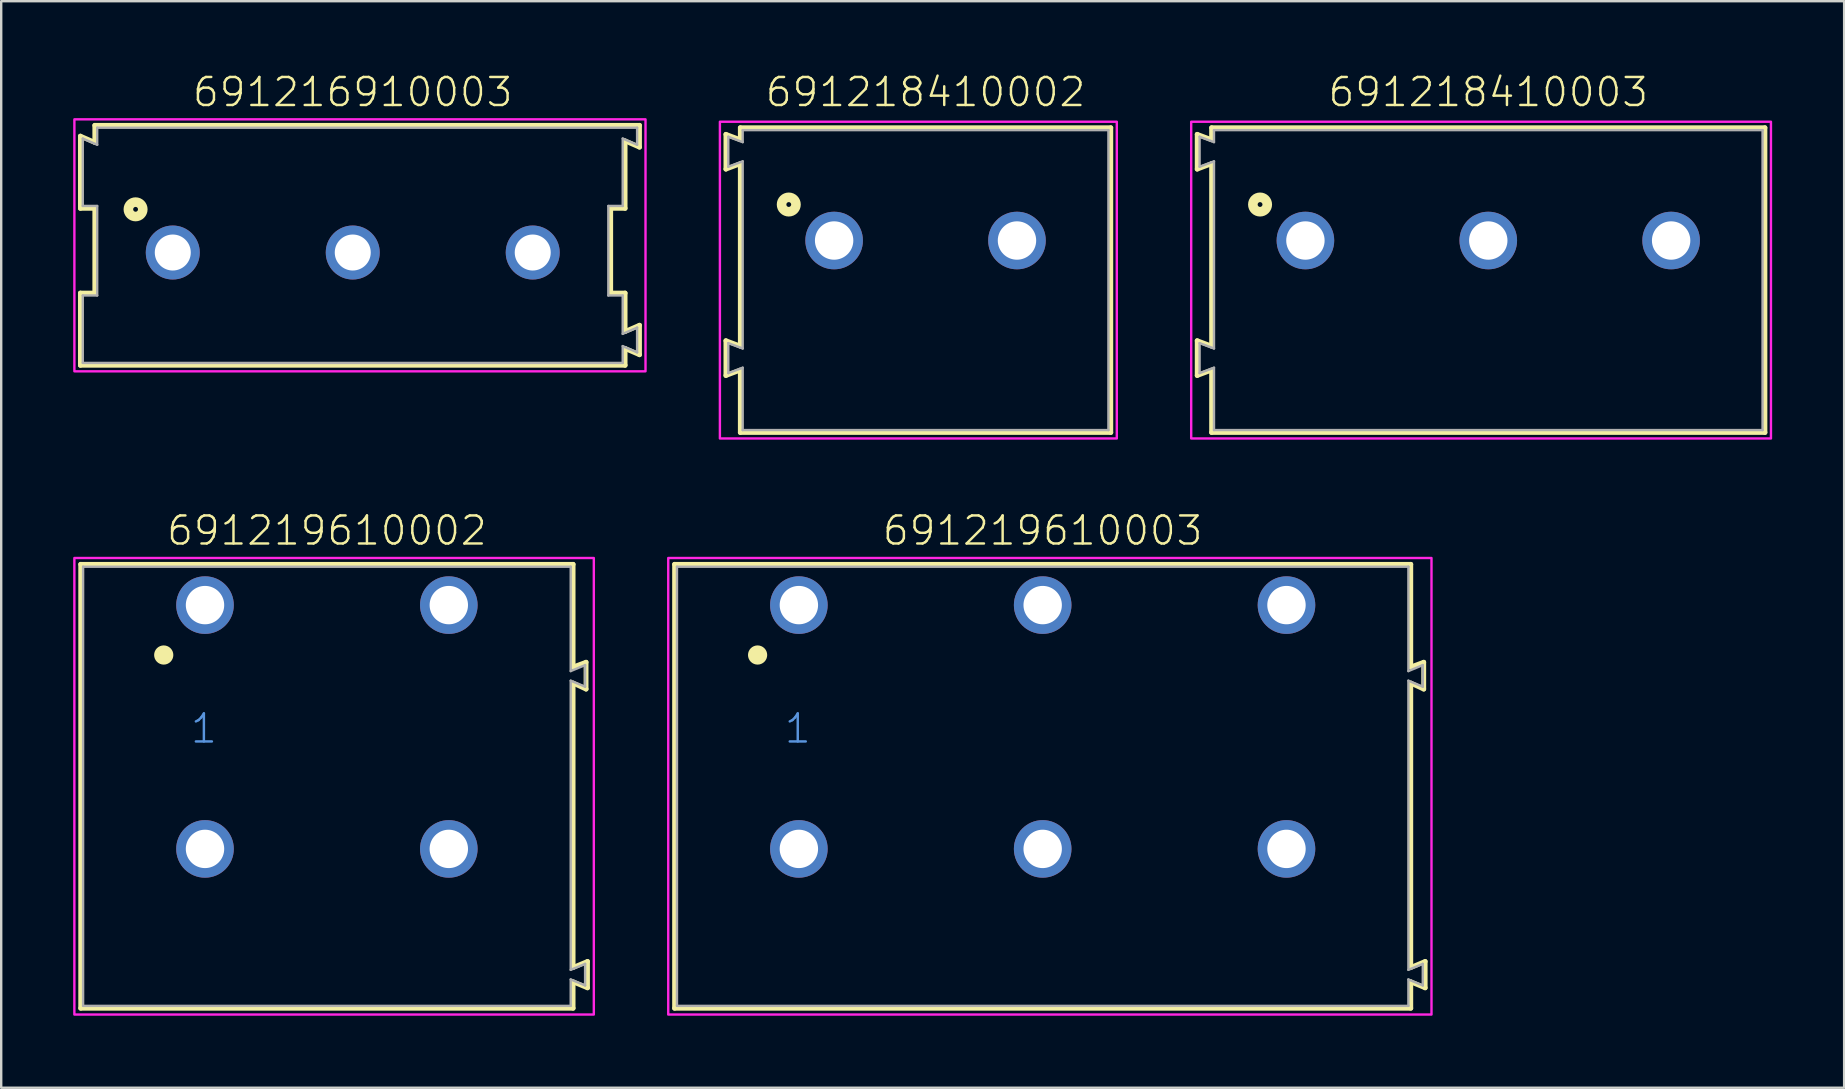
<source format=kicad_pcb>
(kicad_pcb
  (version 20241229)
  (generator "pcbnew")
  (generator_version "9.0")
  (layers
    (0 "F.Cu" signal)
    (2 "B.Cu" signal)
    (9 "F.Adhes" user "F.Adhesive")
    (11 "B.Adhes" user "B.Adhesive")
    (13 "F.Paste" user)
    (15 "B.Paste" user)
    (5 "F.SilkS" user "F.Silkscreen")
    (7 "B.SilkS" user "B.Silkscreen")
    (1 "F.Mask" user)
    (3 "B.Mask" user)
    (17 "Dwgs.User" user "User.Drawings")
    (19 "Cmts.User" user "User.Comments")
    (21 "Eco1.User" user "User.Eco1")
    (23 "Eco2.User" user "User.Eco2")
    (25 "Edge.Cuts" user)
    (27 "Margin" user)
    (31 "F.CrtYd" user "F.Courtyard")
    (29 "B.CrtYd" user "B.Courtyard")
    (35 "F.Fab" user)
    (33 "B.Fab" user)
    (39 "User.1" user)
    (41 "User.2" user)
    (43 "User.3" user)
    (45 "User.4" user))
  (footprint "691216910003"
    (layer "F.Cu")
    (at 11.65 7.473)
    (property "Reference" "691216910003" (at 0 -6 0) (unlocked yes) (layer "F.SilkS") (effects (font (size 1.168 1.168) (thickness 0.102)) (justify bottom)))
    (fp_line (start -11.35 -4.85) (end -10.75 -4.59) (stroke (width 0.2) (type solid)) (layer "F.SilkS"))
    (fp_line (start -11.35 -1.84) (end -11.35 -4.85) (stroke (width 0.2) (type solid)) (layer "F.SilkS"))
    (fp_line (start -11.35 1.69) (end -10.75 1.69) (stroke (width 0.2) (type solid)) (layer "F.SilkS"))
    (fp_line (start -11.35 4.7) (end -11.35 1.69) (stroke (width 0.2) (type solid)) (layer "F.SilkS"))
    (fp_line (start -10.75 -5.3) (end 11.95 -5.3) (stroke (width 0.2) (type solid)) (layer "F.SilkS"))
    (fp_line (start -10.75 -4.59) (end -10.75 -5.3) (stroke (width 0.2) (type solid)) (layer "F.SilkS"))
    (fp_line (start -10.75 -1.84) (end -11.35 -1.84) (stroke (width 0.2) (type solid)) (layer "F.SilkS"))
    (fp_line (start -10.75 1.69) (end -10.75 -1.84) (stroke (width 0.2) (type solid)) (layer "F.SilkS"))
    (fp_line (start 10.75 -1.84) (end 10.75 1.69) (stroke (width 0.2) (type solid)) (layer "F.SilkS"))
    (fp_line (start 10.75 1.69) (end 11.35 1.69) (stroke (width 0.2) (type solid)) (layer "F.SilkS"))
    (fp_line (start 11.35 -4.65) (end 11.35 -1.84) (stroke (width 0.2) (type solid)) (layer "F.SilkS"))
    (fp_line (start 11.35 -1.84) (end 10.75 -1.84) (stroke (width 0.2) (type solid)) (layer "F.SilkS"))
    (fp_line (start 11.35 1.69) (end 11.35 3.29) (stroke (width 0.2) (type solid)) (layer "F.SilkS"))
    (fp_line (start 11.35 3.29) (end 11.95 3.03) (stroke (width 0.2) (type solid)) (layer "F.SilkS"))
    (fp_line (start 11.35 4) (end 11.35 4.7) (stroke (width 0.2) (type solid)) (layer "F.SilkS"))
    (fp_line (start 11.35 4.7) (end -11.35 4.7) (stroke (width 0.2) (type solid)) (layer "F.SilkS"))
    (fp_line (start 11.95 -5.3) (end 11.95 -4.39) (stroke (width 0.2) (type solid)) (layer "F.SilkS"))
    (fp_line (start 11.95 -4.39) (end 11.35 -4.65) (stroke (width 0.2) (type solid)) (layer "F.SilkS"))
    (fp_line (start 11.95 3.03) (end 11.95 4.26) (stroke (width 0.2) (type solid)) (layer "F.SilkS"))
    (fp_line (start 11.95 4.26) (end 11.35 4) (stroke (width 0.2) (type solid)) (layer "F.SilkS"))
    (fp_circle (center -9.05 -1.8) (end -8.95 -1.8) (stroke (width 0.4) (type solid)) (fill no) (layer "F.SilkS"))
    (fp_poly (pts (xy 12.2 4.95) (xy -11.6 4.95) (xy -11.6 -5.55) (xy 12.2 -5.55)) (stroke (width 0.1) (type default)) (fill no) (layer "F.CrtYd"))
    (fp_line (start -11.25 -4.75) (end -11.25 -1.94) (stroke (width 0.1) (type solid)) (layer "F.Fab"))
    (fp_line (start -11.25 -4.75) (end -10.65 -4.49) (stroke (width 0.1) (type solid)) (layer "F.Fab"))
    (fp_line (start -11.25 -1.94) (end -10.65 -1.94) (stroke (width 0.1) (type solid)) (layer "F.Fab"))
    (fp_line (start -11.25 1.79) (end -11.25 4.6) (stroke (width 0.1) (type solid)) (layer "F.Fab"))
    (fp_line (start -11.25 4.6) (end 11.25 4.6) (stroke (width 0.1) (type solid)) (layer "F.Fab"))
    (fp_line (start -10.65 -5.2) (end 11.85 -5.2) (stroke (width 0.1) (type solid)) (layer "F.Fab"))
    (fp_line (start -10.65 -4.49) (end -10.65 -5.2) (stroke (width 0.1) (type solid)) (layer "F.Fab"))
    (fp_line (start -10.65 -1.94) (end -10.65 1.79) (stroke (width 0.1) (type solid)) (layer "F.Fab"))
    (fp_line (start -10.65 1.79) (end -11.25 1.79) (stroke (width 0.1) (type solid)) (layer "F.Fab"))
    (fp_line (start 10.65 -1.94) (end 10.65 1.79) (stroke (width 0.1) (type solid)) (layer "F.Fab"))
    (fp_line (start 10.65 1.79) (end 11.25 1.79) (stroke (width 0.1) (type solid)) (layer "F.Fab"))
    (fp_line (start 11.25 -4.75) (end 11.25 -1.94) (stroke (width 0.1) (type solid)) (layer "F.Fab"))
    (fp_line (start 11.25 -1.94) (end 10.65 -1.94) (stroke (width 0.1) (type solid)) (layer "F.Fab"))
    (fp_line (start 11.25 1.79) (end 11.25 3.39) (stroke (width 0.1) (type solid)) (layer "F.Fab"))
    (fp_line (start 11.25 3.39) (end 11.85 3.13) (stroke (width 0.1) (type solid)) (layer "F.Fab"))
    (fp_line (start 11.25 3.9) (end 11.25 4.6) (stroke (width 0.1) (type solid)) (layer "F.Fab"))
    (fp_line (start 11.25 3.9) (end 11.85 4.16) (stroke (width 0.1) (type solid)) (layer "F.Fab"))
    (fp_line (start 11.85 -5.2) (end 11.85 -4.49) (stroke (width 0.1) (type solid)) (layer "F.Fab"))
    (fp_line (start 11.85 -4.49) (end 11.25 -4.75) (stroke (width 0.1) (type solid)) (layer "F.Fab"))
    (fp_line (start 11.85 3.13) (end 11.85 4.16) (stroke (width 0.1) (type solid)) (layer "F.Fab"))
    (pad "1" thru_hole circle (at -7.5 0) (size 2.25 2.25) (drill 1.5) (layers "*.Cu" "*.Mask"))
    (pad "2" thru_hole circle (at 0 0) (size 2.25 2.25) (drill 1.5) (layers "*.Cu" "*.Mask"))
    (pad "3" thru_hole circle (at 7.5 0) (size 2.25 2.25) (drill 1.5) (layers "*.Cu" "*.Mask")))
  (footprint "691218410002"
    (layer "F.Cu")
    (at 35.52 6.973)
    (property "Reference" "691218410002" (at 0 -5.5 0) (unlocked yes) (layer "F.SilkS") (effects (font (size 1.168 1.168) (thickness 0.102)) (justify bottom)))
    (fp_line (start -8.32 -4.425) (end -7.72 -4.2) (stroke (width 0.2) (type solid)) (layer "F.SilkS"))
    (fp_line (start -8.32 -2.975) (end -8.32 -4.425) (stroke (width 0.2) (type solid)) (layer "F.SilkS"))
    (fp_line (start -8.32 4.175) (end -7.72 4.4) (stroke (width 0.2) (type solid)) (layer "F.SilkS"))
    (fp_line (start -8.32 5.625) (end -8.32 4.175) (stroke (width 0.2) (type solid)) (layer "F.SilkS"))
    (fp_line (start -7.72 -4.7) (end 7.72 -4.7) (stroke (width 0.2) (type solid)) (layer "F.SilkS"))
    (fp_line (start -7.72 -4.2) (end -7.72 -4.7) (stroke (width 0.2) (type solid)) (layer "F.SilkS"))
    (fp_line (start -7.72 -3.2) (end -8.32 -2.975) (stroke (width 0.2) (type solid)) (layer "F.SilkS"))
    (fp_line (start -7.72 4.4) (end -7.72 -3.2) (stroke (width 0.2) (type solid)) (layer "F.SilkS"))
    (fp_line (start -7.72 5.4) (end -8.32 5.625) (stroke (width 0.2) (type solid)) (layer "F.SilkS"))
    (fp_line (start -7.72 8) (end -7.72 5.4) (stroke (width 0.2) (type solid)) (layer "F.SilkS"))
    (fp_line (start 7.72 -4.7) (end 7.72 8) (stroke (width 0.2) (type solid)) (layer "F.SilkS"))
    (fp_line (start 7.72 8) (end -7.72 8) (stroke (width 0.2) (type solid)) (layer "F.SilkS"))
    (fp_circle (center -5.7 -1.5) (end -5.6 -1.5) (stroke (width 0.4) (type solid)) (fill no) (layer "F.SilkS"))
    (fp_poly (pts (xy 7.97 8.25) (xy -8.57 8.25) (xy -8.57 -4.95) (xy 7.97 -4.95)) (stroke (width 0.1) (type default)) (fill no) (layer "F.CrtYd"))
    (fp_line (start -8.22 -4.325) (end -8.22 -3.075) (stroke (width 0.1) (type solid)) (layer "F.Fab"))
    (fp_line (start -8.22 -3.075) (end -7.62 -3.3) (stroke (width 0.1) (type solid)) (layer "F.Fab"))
    (fp_line (start -8.22 4.275) (end -8.22 5.525) (stroke (width 0.1) (type solid)) (layer "F.Fab"))
    (fp_line (start -8.22 4.275) (end -7.62 4.5) (stroke (width 0.1) (type solid)) (layer "F.Fab"))
    (fp_line (start -8.22 5.525) (end -7.62 5.3) (stroke (width 0.1) (type solid)) (layer "F.Fab"))
    (fp_line (start -7.62 -4.6) (end -7.62 -4.1) (stroke (width 0.1) (type solid)) (layer "F.Fab"))
    (fp_line (start -7.62 -4.1) (end -8.22 -4.325) (stroke (width 0.1) (type solid)) (layer "F.Fab"))
    (fp_line (start -7.62 -3.3) (end -7.62 4.5) (stroke (width 0.1) (type solid)) (layer "F.Fab"))
    (fp_line (start -7.62 5.3) (end -7.62 7.9) (stroke (width 0.1) (type solid)) (layer "F.Fab"))
    (fp_line (start -7.62 7.9) (end 7.62 7.9) (stroke (width 0.1) (type solid)) (layer "F.Fab"))
    (fp_line (start 7.62 -4.6) (end -7.62 -4.6) (stroke (width 0.1) (type solid)) (layer "F.Fab"))
    (fp_line (start 7.62 7.9) (end 7.62 -4.6) (stroke (width 0.1) (type solid)) (layer "F.Fab"))
    (pad "1" thru_hole circle (at -3.81 0) (size 2.4 2.4) (drill 1.6) (layers "*.Cu" "*.Mask"))
    (pad "2" thru_hole circle (at 3.81 0) (size 2.4 2.4) (drill 1.6) (layers "*.Cu" "*.Mask")))
  (footprint "691218410003"
    (layer "F.Cu")
    (at 58.97 6.973)
    (property "Reference" "691218410003" (at 0 -5.5 0) (unlocked yes) (layer "F.SilkS") (effects (font (size 1.168 1.168) (thickness 0.102)) (justify bottom)))
    (fp_line (start -12.13 -4.425) (end -11.53 -4.2) (stroke (width 0.2) (type solid)) (layer "F.SilkS"))
    (fp_line (start -12.13 -2.975) (end -12.13 -4.425) (stroke (width 0.2) (type solid)) (layer "F.SilkS"))
    (fp_line (start -12.13 4.175) (end -11.53 4.4) (stroke (width 0.2) (type solid)) (layer "F.SilkS"))
    (fp_line (start -12.13 5.625) (end -12.13 4.175) (stroke (width 0.2) (type solid)) (layer "F.SilkS"))
    (fp_line (start -11.53 -4.7) (end 11.53 -4.7) (stroke (width 0.2) (type solid)) (layer "F.SilkS"))
    (fp_line (start -11.53 -4.2) (end -11.53 -4.7) (stroke (width 0.2) (type solid)) (layer "F.SilkS"))
    (fp_line (start -11.53 -3.2) (end -12.13 -2.975) (stroke (width 0.2) (type solid)) (layer "F.SilkS"))
    (fp_line (start -11.53 4.4) (end -11.53 -3.2) (stroke (width 0.2) (type solid)) (layer "F.SilkS"))
    (fp_line (start -11.53 5.4) (end -12.13 5.625) (stroke (width 0.2) (type solid)) (layer "F.SilkS"))
    (fp_line (start -11.53 8) (end -11.53 5.4) (stroke (width 0.2) (type solid)) (layer "F.SilkS"))
    (fp_line (start 11.53 -4.7) (end 11.53 8) (stroke (width 0.2) (type solid)) (layer "F.SilkS"))
    (fp_line (start 11.53 8) (end -11.53 8) (stroke (width 0.2) (type solid)) (layer "F.SilkS"))
    (fp_circle (center -9.51 -1.5) (end -9.41 -1.5) (stroke (width 0.4) (type solid)) (fill no) (layer "F.SilkS"))
    (fp_poly (pts (xy 11.78 8.25) (xy -12.38 8.25) (xy -12.38 -4.95) (xy 11.78 -4.95)) (stroke (width 0.1) (type default)) (fill no) (layer "F.CrtYd"))
    (fp_line (start -12.03 -4.325) (end -12.03 -3.075) (stroke (width 0.1) (type solid)) (layer "F.Fab"))
    (fp_line (start -12.03 -3.075) (end -11.43 -3.3) (stroke (width 0.1) (type solid)) (layer "F.Fab"))
    (fp_line (start -12.03 4.275) (end -12.03 5.525) (stroke (width 0.1) (type solid)) (layer "F.Fab"))
    (fp_line (start -12.03 4.275) (end -11.43 4.5) (stroke (width 0.1) (type solid)) (layer "F.Fab"))
    (fp_line (start -12.03 5.525) (end -11.43 5.3) (stroke (width 0.1) (type solid)) (layer "F.Fab"))
    (fp_line (start -11.43 -4.6) (end -11.43 -4.1) (stroke (width 0.1) (type solid)) (layer "F.Fab"))
    (fp_line (start -11.43 -4.1) (end -12.03 -4.325) (stroke (width 0.1) (type solid)) (layer "F.Fab"))
    (fp_line (start -11.43 -3.3) (end -11.43 4.5) (stroke (width 0.1) (type solid)) (layer "F.Fab"))
    (fp_line (start -11.43 5.3) (end -11.43 7.9) (stroke (width 0.1) (type solid)) (layer "F.Fab"))
    (fp_line (start -11.43 7.9) (end 11.43 7.9) (stroke (width 0.1) (type solid)) (layer "F.Fab"))
    (fp_line (start 11.43 -4.6) (end -11.43 -4.6) (stroke (width 0.1) (type solid)) (layer "F.Fab"))
    (fp_line (start 11.43 7.9) (end 11.43 -4.6) (stroke (width 0.1) (type solid)) (layer "F.Fab"))
    (pad "1" thru_hole circle (at -7.62 0) (size 2.4 2.4) (drill 1.6) (layers "*.Cu" "*.Mask"))
    (pad "2" thru_hole circle (at 0 0) (size 2.4 2.4) (drill 1.6) (layers "*.Cu" "*.Mask"))
    (pad "3" thru_hole circle (at 7.62 0) (size 2.4 2.4) (drill 1.6) (layers "*.Cu" "*.Mask")))
  (footprint "691219610002"
    (layer "F.Cu")
    (at 10.573 27.246)
    (property "Reference" "691219610002" (at 0 -7.5 0) (unlocked yes) (layer "F.SilkS") (effects (font (size 1.168 1.168) (thickness 0.102)) (justify bottom)))
    (fp_line (start -10.26 -6.78) (end 10.26 -6.78) (stroke (width 0.2) (type solid)) (layer "F.SilkS"))
    (fp_line (start -10.26 11.72) (end -10.26 -6.78) (stroke (width 0.2) (type solid)) (layer "F.SilkS"))
    (fp_line (start 10.26 -6.78) (end 10.26 -2.5) (stroke (width 0.2) (type solid)) (layer "F.SilkS"))
    (fp_line (start 10.26 -2.5) (end 10.8 -2.7) (stroke (width 0.2) (type solid)) (layer "F.SilkS"))
    (fp_line (start 10.26 -1.83) (end 10.26 10.02) (stroke (width 0.2) (type solid)) (layer "F.SilkS"))
    (fp_line (start 10.26 10.02) (end 10.86 9.77) (stroke (width 0.2) (type solid)) (layer "F.SilkS"))
    (fp_line (start 10.26 10.62) (end 10.26 11.72) (stroke (width 0.2) (type solid)) (layer "F.SilkS"))
    (fp_line (start 10.26 11.72) (end -10.26 11.72) (stroke (width 0.2) (type solid)) (layer "F.SilkS"))
    (fp_line (start 10.8 -2.7) (end 10.8 -1.579) (stroke (width 0.2) (type solid)) (layer "F.SilkS"))
    (fp_line (start 10.8 -1.579) (end 10.26 -1.83) (stroke (width 0.2) (type solid)) (layer "F.SilkS"))
    (fp_line (start 10.86 9.77) (end 10.86 10.87) (stroke (width 0.2) (type solid)) (layer "F.SilkS"))
    (fp_line (start 10.86 10.87) (end 10.26 10.62) (stroke (width 0.2) (type solid)) (layer "F.SilkS"))
    (fp_circle (center -6.8 -3) (end -6.6 -3) (stroke (width 0.4) (type solid)) (fill no) (layer "F.SilkS"))
    (fp_poly (pts (xy 11.123 11.983) (xy -10.524 11.983) (xy -10.524 -7.043) (xy 11.123 -7.043)) (stroke (width 0.1) (type default)) (fill no) (layer "F.CrtYd"))
    (fp_line (start -10.16 -6.68) (end -10.16 11.62) (stroke (width 0.1) (type solid)) (layer "F.Fab"))
    (fp_line (start -10.16 11.62) (end 10.16 11.62) (stroke (width 0.1) (type solid)) (layer "F.Fab"))
    (fp_line (start 10.16 -6.68) (end -10.16 -6.68) (stroke (width 0.1) (type solid)) (layer "F.Fab"))
    (fp_line (start 10.16 -2.33) (end 10.16 -6.68) (stroke (width 0.1) (type solid)) (layer "F.Fab"))
    (fp_line (start 10.16 -2.33) (end 10.76 -2.581) (stroke (width 0.1) (type solid)) (layer "F.Fab"))
    (fp_line (start 10.16 -1.93) (end 10.76 -1.679) (stroke (width 0.1) (type solid)) (layer "F.Fab"))
    (fp_line (start 10.16 10.12) (end 10.16 -1.93) (stroke (width 0.1) (type solid)) (layer "F.Fab"))
    (fp_line (start 10.16 10.12) (end 10.76 9.87) (stroke (width 0.1) (type solid)) (layer "F.Fab"))
    (fp_line (start 10.16 10.52) (end 10.76 10.77) (stroke (width 0.1) (type solid)) (layer "F.Fab"))
    (fp_line (start 10.16 11.62) (end 10.16 10.52) (stroke (width 0.1) (type solid)) (layer "F.Fab"))
    (fp_line (start 10.76 -1.679) (end 10.76 -2.581) (stroke (width 0.1) (type solid)) (layer "F.Fab"))
    (fp_line (start 10.76 10.77) (end 10.76 9.87) (stroke (width 0.1) (type solid)) (layer "F.Fab"))
    (fp_text user "1" (at -5.75 0.75 0) (unlocked yes) (layer "Cmts.User") (effects (font (size 1.168 1.168) (thickness 0.102)) (justify left bottom)))
    (pad "1" thru_hole circle (at -5.08 -5.08) (size 2.4 2.4) (drill 1.6) (layers "*.Cu" "*.Mask"))
    (pad "2" thru_hole circle (at 5.08 -5.08) (size 2.4 2.4) (drill 1.6) (layers "*.Cu" "*.Mask"))
    (pad "A1" thru_hole circle (at -5.08 5.08) (size 2.4 2.4) (drill 1.6) (layers "*.Cu" "*.Mask"))
    (pad "A2" thru_hole circle (at 5.08 5.08) (size 2.4 2.4) (drill 1.6) (layers "*.Cu" "*.Mask")))
  (footprint "691219610003"
    (layer "F.Cu")
    (at 40.401 27.246)
    (property "Reference" "691219610003" (at 0 -7.5 0) (unlocked yes) (layer "F.SilkS") (effects (font (size 1.168 1.168) (thickness 0.102)) (justify bottom)))
    (fp_line (start -15.34 -6.78) (end 15.34 -6.78) (stroke (width 0.2) (type solid)) (layer "F.SilkS"))
    (fp_line (start -15.34 11.72) (end -15.34 -6.78) (stroke (width 0.2) (type solid)) (layer "F.SilkS"))
    (fp_line (start 15.34 -6.78) (end 15.34 -2.5) (stroke (width 0.2) (type solid)) (layer "F.SilkS"))
    (fp_line (start 15.34 -2.5) (end 15.88 -2.7) (stroke (width 0.2) (type solid)) (layer "F.SilkS"))
    (fp_line (start 15.34 -1.83) (end 15.34 10.02) (stroke (width 0.2) (type solid)) (layer "F.SilkS"))
    (fp_line (start 15.34 10.02) (end 15.94 9.77) (stroke (width 0.2) (type solid)) (layer "F.SilkS"))
    (fp_line (start 15.34 10.62) (end 15.34 11.72) (stroke (width 0.2) (type solid)) (layer "F.SilkS"))
    (fp_line (start 15.34 11.72) (end -15.34 11.72) (stroke (width 0.2) (type solid)) (layer "F.SilkS"))
    (fp_line (start 15.88 -2.7) (end 15.88 -1.579) (stroke (width 0.2) (type solid)) (layer "F.SilkS"))
    (fp_line (start 15.88 -1.579) (end 15.34 -1.83) (stroke (width 0.2) (type solid)) (layer "F.SilkS"))
    (fp_line (start 15.94 9.77) (end 15.94 10.87) (stroke (width 0.2) (type solid)) (layer "F.SilkS"))
    (fp_line (start 15.94 10.87) (end 15.34 10.62) (stroke (width 0.2) (type solid)) (layer "F.SilkS"))
    (fp_circle (center -11.88 -3) (end -11.68 -3) (stroke (width 0.4) (type solid)) (fill no) (layer "F.SilkS"))
    (fp_poly (pts (xy 16.203 11.983) (xy -15.604 11.983) (xy -15.604 -7.043) (xy 16.203 -7.043)) (stroke (width 0.1) (type default)) (fill no) (layer "F.CrtYd"))
    (fp_line (start -15.24 -6.68) (end -15.24 11.62) (stroke (width 0.1) (type solid)) (layer "F.Fab"))
    (fp_line (start -15.24 11.62) (end 15.24 11.62) (stroke (width 0.1) (type solid)) (layer "F.Fab"))
    (fp_line (start 15.24 -6.68) (end -15.24 -6.68) (stroke (width 0.1) (type solid)) (layer "F.Fab"))
    (fp_line (start 15.24 -2.33) (end 15.24 -6.68) (stroke (width 0.1) (type solid)) (layer "F.Fab"))
    (fp_line (start 15.24 -2.33) (end 15.84 -2.581) (stroke (width 0.1) (type solid)) (layer "F.Fab"))
    (fp_line (start 15.24 -1.93) (end 15.84 -1.679) (stroke (width 0.1) (type solid)) (layer "F.Fab"))
    (fp_line (start 15.24 10.12) (end 15.24 -1.93) (stroke (width 0.1) (type solid)) (layer "F.Fab"))
    (fp_line (start 15.24 10.12) (end 15.84 9.87) (stroke (width 0.1) (type solid)) (layer "F.Fab"))
    (fp_line (start 15.24 10.52) (end 15.84 10.77) (stroke (width 0.1) (type solid)) (layer "F.Fab"))
    (fp_line (start 15.24 11.62) (end 15.24 10.52) (stroke (width 0.1) (type solid)) (layer "F.Fab"))
    (fp_line (start 15.84 -1.679) (end 15.84 -2.581) (stroke (width 0.1) (type solid)) (layer "F.Fab"))
    (fp_line (start 15.84 10.77) (end 15.84 9.87) (stroke (width 0.1) (type solid)) (layer "F.Fab"))
    (fp_text user "1" (at -10.83 0.75 0) (unlocked yes) (layer "Cmts.User") (effects (font (size 1.168 1.168) (thickness 0.102)) (justify left bottom)))
    (pad "1" thru_hole circle (at -10.16 -5.08) (size 2.4 2.4) (drill 1.6) (layers "*.Cu" "*.Mask"))
    (pad "2" thru_hole circle (at 0 -5.08) (size 2.4 2.4) (drill 1.6) (layers "*.Cu" "*.Mask"))
    (pad "3" thru_hole circle (at 10.16 -5.08) (size 2.4 2.4) (drill 1.6) (layers "*.Cu" "*.Mask"))
    (pad "A1" thru_hole circle (at -10.16 5.08) (size 2.4 2.4) (drill 1.6) (layers "*.Cu" "*.Mask"))
    (pad "A2" thru_hole circle (at 0 5.08) (size 2.4 2.4) (drill 1.6) (layers "*.Cu" "*.Mask"))
    (pad "A3" thru_hole circle (at 10.16 5.08) (size 2.4 2.4) (drill 1.6) (layers "*.Cu" "*.Mask")))
  (gr_rect
    (start -3 -3)
    (end 73.8 42.28)
    (stroke (width 0.1) (type default))
    (fill no)
    (layer "Edge.Cuts")))
</source>
